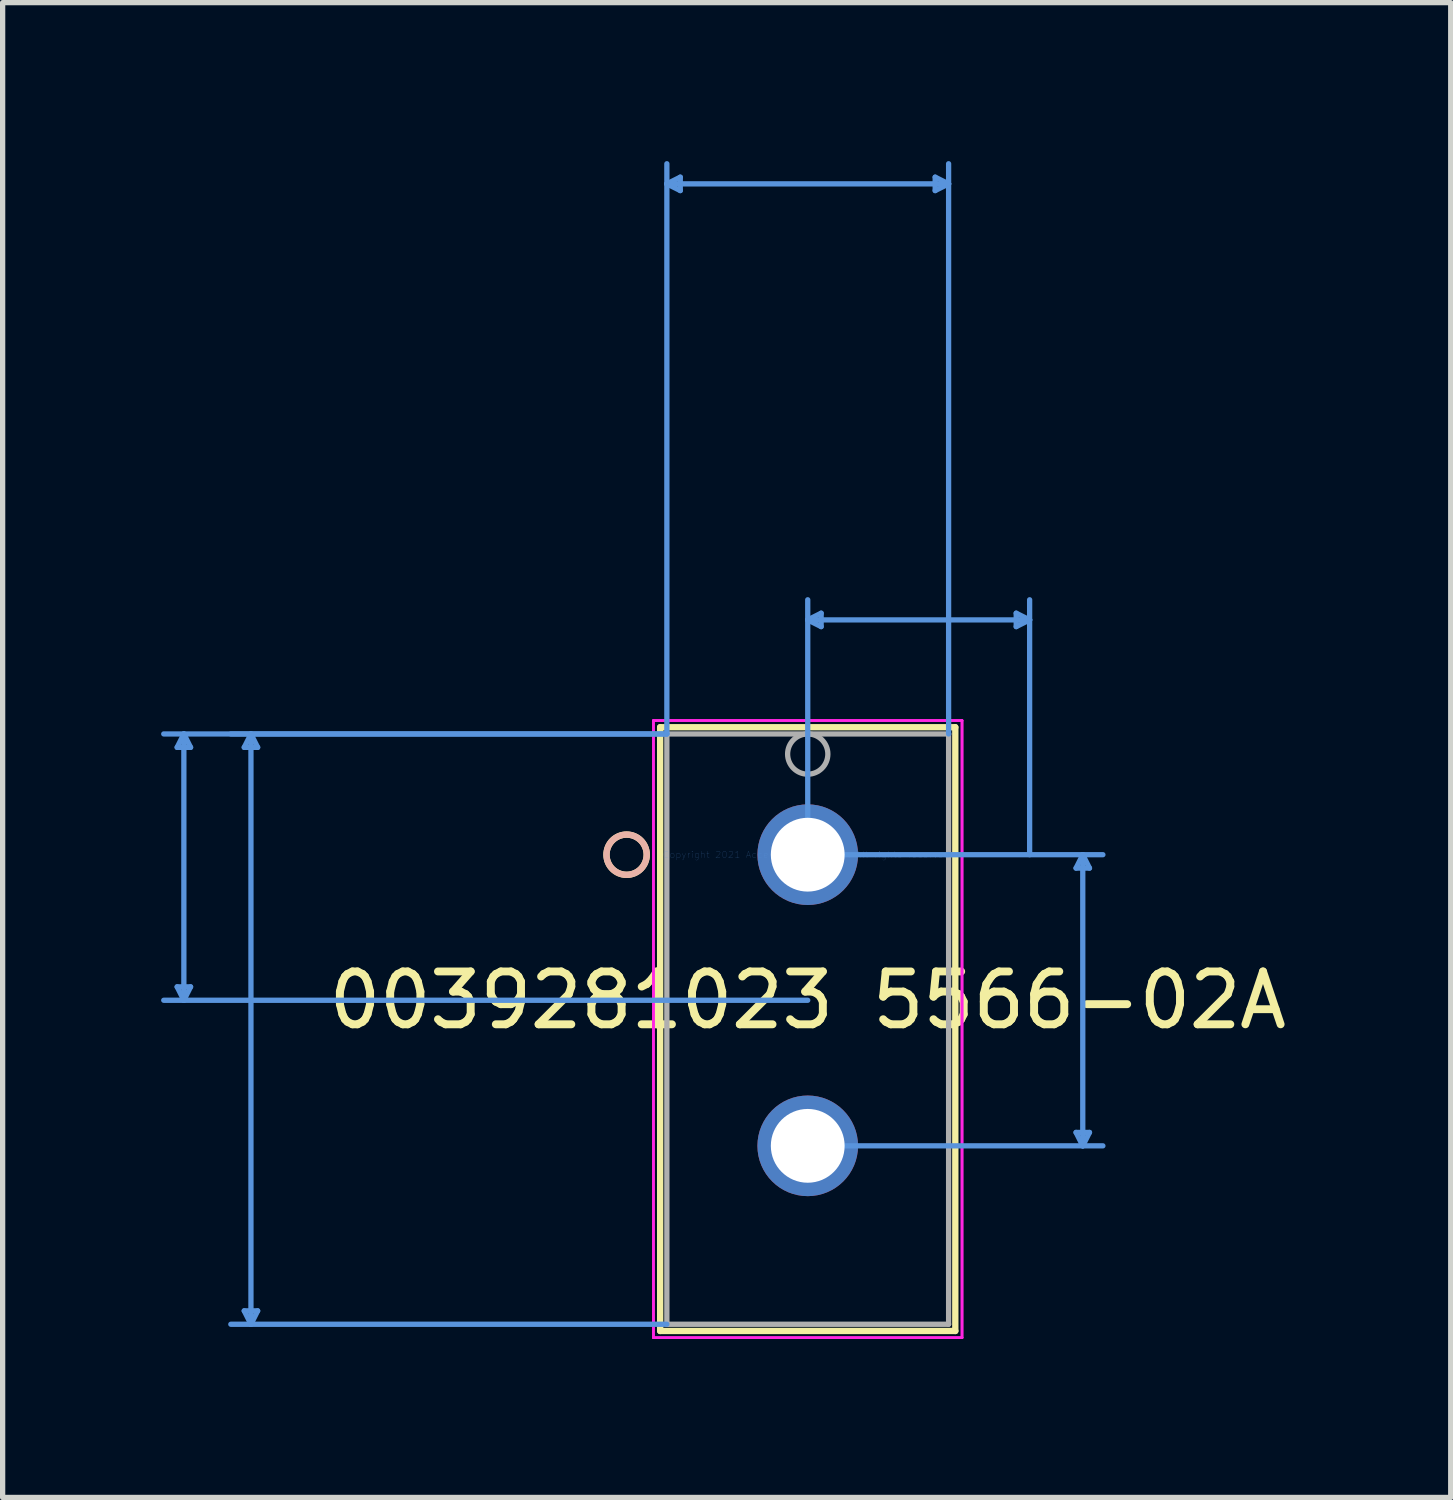
<source format=kicad_pcb>
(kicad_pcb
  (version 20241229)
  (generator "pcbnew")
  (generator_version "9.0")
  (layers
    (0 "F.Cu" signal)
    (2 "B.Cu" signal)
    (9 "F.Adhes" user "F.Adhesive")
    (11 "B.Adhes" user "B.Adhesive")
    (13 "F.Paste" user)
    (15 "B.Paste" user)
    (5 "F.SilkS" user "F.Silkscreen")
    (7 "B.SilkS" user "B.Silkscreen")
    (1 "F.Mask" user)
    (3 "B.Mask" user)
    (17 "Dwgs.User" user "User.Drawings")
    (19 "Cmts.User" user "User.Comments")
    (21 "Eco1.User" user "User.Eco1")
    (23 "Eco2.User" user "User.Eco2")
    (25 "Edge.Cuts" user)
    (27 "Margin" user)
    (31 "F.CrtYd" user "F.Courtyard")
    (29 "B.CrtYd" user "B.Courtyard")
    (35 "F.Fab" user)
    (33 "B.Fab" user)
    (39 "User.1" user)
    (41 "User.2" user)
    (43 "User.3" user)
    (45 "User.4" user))
  (footprint "0039281023 5566-02A"
    (layer "F.Cu")
    (at 12.242 13.131)
    (property "Reference" "0039281023 5566-02A" (at 0 2.756 0) (layer "F.SilkS") (effects (font (size 1 1) (thickness 0.15))))
    (attr through_hole)
    (fp_line (start -2.794 -2.413) (end -2.794 9.017) (stroke (width 0.12) (type solid)) (layer "F.SilkS"))
    (fp_line (start -2.794 9.017) (end 2.794 9.017) (stroke (width 0.12) (type solid)) (layer "F.SilkS"))
    (fp_line (start 2.794 -2.413) (end -2.794 -2.413) (stroke (width 0.12) (type solid)) (layer "F.SilkS"))
    (fp_line (start 2.794 9.017) (end 2.794 -2.413) (stroke (width 0.12) (type solid)) (layer "F.SilkS"))
    (fp_circle (center -3.429 0) (end -3.048 0) (stroke (width 0.12) (type solid)) (fill no) (layer "F.SilkS"))
    (fp_circle (center -3.429 0) (end -3.048 0) (stroke (width 0.12) (type solid)) (fill no) (layer "B.SilkS"))
    (fp_line (start -11.938 -2.032) (end -11.684 -2.032) (stroke (width 0.1) (type solid)) (layer "Cmts.User"))
    (fp_line (start -11.938 2.502) (end -11.684 2.502) (stroke (width 0.1) (type solid)) (layer "Cmts.User"))
    (fp_line (start -11.811 -2.286) (end -11.938 -2.032) (stroke (width 0.1) (type solid)) (layer "Cmts.User"))
    (fp_line (start -11.811 -2.286) (end -11.811 2.756) (stroke (width 0.1) (type solid)) (layer "Cmts.User"))
    (fp_line (start -11.811 -2.286) (end -11.684 -2.032) (stroke (width 0.1) (type solid)) (layer "Cmts.User"))
    (fp_line (start -11.811 2.756) (end -11.938 2.502) (stroke (width 0.1) (type solid)) (layer "Cmts.User"))
    (fp_line (start -11.811 2.756) (end -11.684 2.502) (stroke (width 0.1) (type solid)) (layer "Cmts.User"))
    (fp_line (start -10.668 -2.032) (end -10.414 -2.032) (stroke (width 0.1) (type solid)) (layer "Cmts.User"))
    (fp_line (start -10.668 8.636) (end -10.414 8.636) (stroke (width 0.1) (type solid)) (layer "Cmts.User"))
    (fp_line (start -10.541 -2.286) (end -10.668 -2.032) (stroke (width 0.1) (type solid)) (layer "Cmts.User"))
    (fp_line (start -10.541 -2.286) (end -10.541 8.89) (stroke (width 0.1) (type solid)) (layer "Cmts.User"))
    (fp_line (start -10.541 -2.286) (end -10.414 -2.032) (stroke (width 0.1) (type solid)) (layer "Cmts.User"))
    (fp_line (start -10.541 8.89) (end -10.668 8.636) (stroke (width 0.1) (type solid)) (layer "Cmts.User"))
    (fp_line (start -10.541 8.89) (end -10.414 8.636) (stroke (width 0.1) (type solid)) (layer "Cmts.User"))
    (fp_line (start -2.667 -12.7) (end -2.413 -12.827) (stroke (width 0.1) (type solid)) (layer "Cmts.User"))
    (fp_line (start -2.667 -12.7) (end -2.413 -12.573) (stroke (width 0.1) (type solid)) (layer "Cmts.User"))
    (fp_line (start -2.667 -12.7) (end 2.667 -12.7) (stroke (width 0.1) (type solid)) (layer "Cmts.User"))
    (fp_line (start -2.667 -2.286) (end -12.192 -2.286) (stroke (width 0.1) (type solid)) (layer "Cmts.User"))
    (fp_line (start -2.667 -2.286) (end -10.922 -2.286) (stroke (width 0.1) (type solid)) (layer "Cmts.User"))
    (fp_line (start -2.667 -2.286) (end -2.667 -13.081) (stroke (width 0.1) (type solid)) (layer "Cmts.User"))
    (fp_line (start -2.667 8.89) (end -10.922 8.89) (stroke (width 0.1) (type solid)) (layer "Cmts.User"))
    (fp_line (start -2.413 -12.827) (end -2.413 -12.573) (stroke (width 0.1) (type solid)) (layer "Cmts.User"))
    (fp_line (start 0 -4.445) (end 0.254 -4.572) (stroke (width 0.1) (type solid)) (layer "Cmts.User"))
    (fp_line (start 0 -4.445) (end 0.254 -4.318) (stroke (width 0.1) (type solid)) (layer "Cmts.User"))
    (fp_line (start 0 -4.445) (end 4.201 -4.445) (stroke (width 0.1) (type solid)) (layer "Cmts.User"))
    (fp_line (start 0 0) (end 0 -4.826) (stroke (width 0.1) (type solid)) (layer "Cmts.User"))
    (fp_line (start 0 0) (end 5.588 0) (stroke (width 0.1) (type solid)) (layer "Cmts.User"))
    (fp_line (start 0 2.756) (end -12.192 2.756) (stroke (width 0.1) (type solid)) (layer "Cmts.User"))
    (fp_line (start 0 5.512) (end 5.588 5.512) (stroke (width 0.1) (type solid)) (layer "Cmts.User"))
    (fp_line (start 0.254 -4.572) (end 0.254 -4.318) (stroke (width 0.1) (type solid)) (layer "Cmts.User"))
    (fp_line (start 2.413 -12.827) (end 2.413 -12.573) (stroke (width 0.1) (type solid)) (layer "Cmts.User"))
    (fp_line (start 2.667 -12.7) (end 2.413 -12.827) (stroke (width 0.1) (type solid)) (layer "Cmts.User"))
    (fp_line (start 2.667 -12.7) (end 2.413 -12.573) (stroke (width 0.1) (type solid)) (layer "Cmts.User"))
    (fp_line (start 2.667 -2.286) (end 2.667 -13.081) (stroke (width 0.1) (type solid)) (layer "Cmts.User"))
    (fp_line (start 3.947 -4.572) (end 3.947 -4.318) (stroke (width 0.1) (type solid)) (layer "Cmts.User"))
    (fp_line (start 4.201 -4.445) (end 3.947 -4.572) (stroke (width 0.1) (type solid)) (layer "Cmts.User"))
    (fp_line (start 4.201 -4.445) (end 3.947 -4.318) (stroke (width 0.1) (type solid)) (layer "Cmts.User"))
    (fp_line (start 4.201 0) (end 4.201 -4.826) (stroke (width 0.1) (type solid)) (layer "Cmts.User"))
    (fp_line (start 5.08 0.254) (end 5.334 0.254) (stroke (width 0.1) (type solid)) (layer "Cmts.User"))
    (fp_line (start 5.08 5.258) (end 5.334 5.258) (stroke (width 0.1) (type solid)) (layer "Cmts.User"))
    (fp_line (start 5.207 0) (end 5.08 0.254) (stroke (width 0.1) (type solid)) (layer "Cmts.User"))
    (fp_line (start 5.207 0) (end 5.207 5.512) (stroke (width 0.1) (type solid)) (layer "Cmts.User"))
    (fp_line (start 5.207 0) (end 5.334 0.254) (stroke (width 0.1) (type solid)) (layer "Cmts.User"))
    (fp_line (start 5.207 5.512) (end 5.08 5.258) (stroke (width 0.1) (type solid)) (layer "Cmts.User"))
    (fp_line (start 5.207 5.512) (end 5.334 5.258) (stroke (width 0.1) (type solid)) (layer "Cmts.User"))
    (fp_line (start -2.921 -2.54) (end -2.921 9.144) (stroke (width 0.05) (type solid)) (layer "F.CrtYd"))
    (fp_line (start -2.921 -2.54) (end -2.921 9.144) (stroke (width 0.05) (type solid)) (layer "F.CrtYd"))
    (fp_line (start -2.921 9.144) (end 2.921 9.144) (stroke (width 0.05) (type solid)) (layer "F.CrtYd"))
    (fp_line (start -2.921 9.144) (end 2.921 9.144) (stroke (width 0.05) (type solid)) (layer "F.CrtYd"))
    (fp_line (start 2.921 -2.54) (end -2.921 -2.54) (stroke (width 0.05) (type solid)) (layer "F.CrtYd"))
    (fp_line (start 2.921 -2.54) (end -2.921 -2.54) (stroke (width 0.05) (type solid)) (layer "F.CrtYd"))
    (fp_line (start 2.921 9.144) (end 2.921 -2.54) (stroke (width 0.05) (type solid)) (layer "F.CrtYd"))
    (fp_line (start 2.921 9.144) (end 2.921 -2.54) (stroke (width 0.05) (type solid)) (layer "F.CrtYd"))
    (fp_line (start -2.667 -2.286) (end -2.667 8.89) (stroke (width 0.1) (type solid)) (layer "F.Fab"))
    (fp_line (start -2.667 8.89) (end 2.667 8.89) (stroke (width 0.1) (type solid)) (layer "F.Fab"))
    (fp_line (start 2.667 -2.286) (end -2.667 -2.286) (stroke (width 0.1) (type solid)) (layer "F.Fab"))
    (fp_line (start 2.667 8.89) (end 2.667 -2.286) (stroke (width 0.1) (type solid)) (layer "F.Fab"))
    (fp_circle (center 0 -1.905) (end 0.381 -1.905) (stroke (width 0.1) (type solid)) (fill no) (layer "F.Fab"))
    (fp_text user "*" (at 0 0 0) (layer "F.SilkS") (effects (font (size 1 1) (thickness 0.15))))
    (fp_text user "Copyright 2021 Accelerated Designs. All rights reserved." (at 0 0 0) (layer "Cmts.User") (effects (font (size 0.127 0.127) (thickness 0.002))))
    (fp_text user "*" (at 0 0 0) (layer "F.Fab") (effects (font (size 1 1) (thickness 0.15))))
    (pad "1" thru_hole circle (at 0 0) (size 1.905 1.905) (drill 1.397) (layers "*.Cu" "*.Mask"))
    (pad "2" thru_hole circle (at 0 5.512) (size 1.905 1.905) (drill 1.397) (layers "*.Cu" "*.Mask")))
  (gr_rect
    (start -3 -3)
    (end 24.415 25.3)
    (stroke (width 0.1) (type default))
    (fill no)
    (layer "Edge.Cuts")))
</source>
